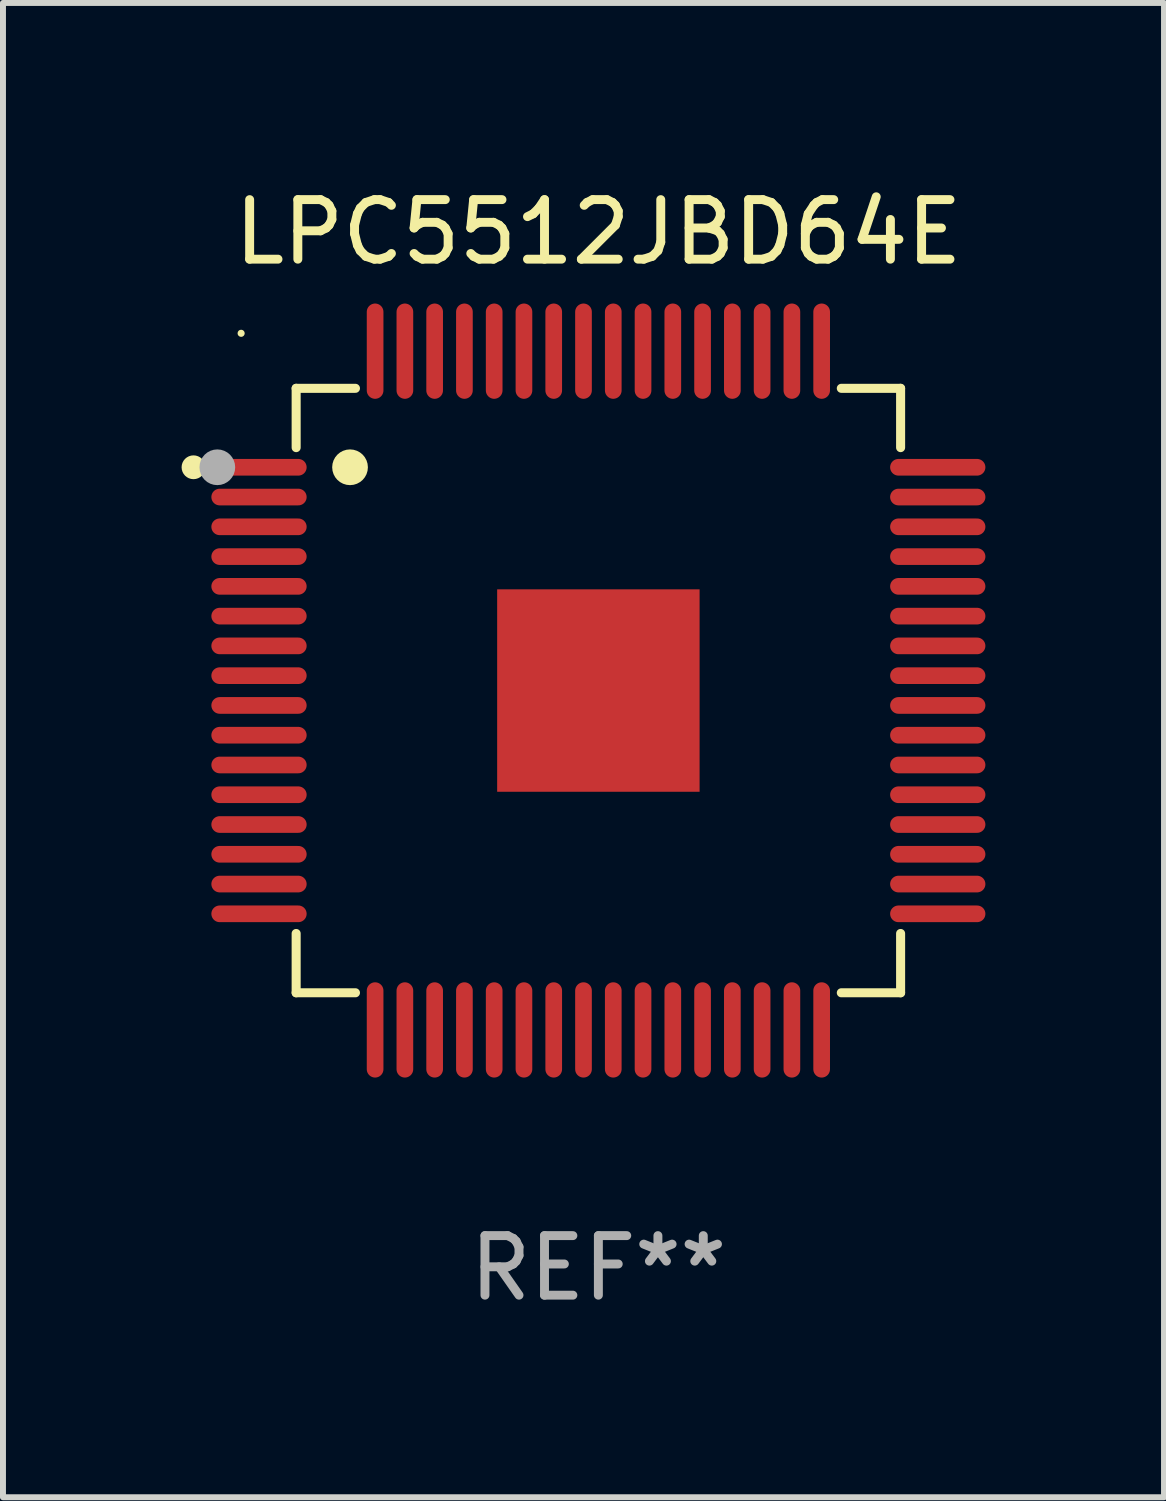
<source format=kicad_pcb>
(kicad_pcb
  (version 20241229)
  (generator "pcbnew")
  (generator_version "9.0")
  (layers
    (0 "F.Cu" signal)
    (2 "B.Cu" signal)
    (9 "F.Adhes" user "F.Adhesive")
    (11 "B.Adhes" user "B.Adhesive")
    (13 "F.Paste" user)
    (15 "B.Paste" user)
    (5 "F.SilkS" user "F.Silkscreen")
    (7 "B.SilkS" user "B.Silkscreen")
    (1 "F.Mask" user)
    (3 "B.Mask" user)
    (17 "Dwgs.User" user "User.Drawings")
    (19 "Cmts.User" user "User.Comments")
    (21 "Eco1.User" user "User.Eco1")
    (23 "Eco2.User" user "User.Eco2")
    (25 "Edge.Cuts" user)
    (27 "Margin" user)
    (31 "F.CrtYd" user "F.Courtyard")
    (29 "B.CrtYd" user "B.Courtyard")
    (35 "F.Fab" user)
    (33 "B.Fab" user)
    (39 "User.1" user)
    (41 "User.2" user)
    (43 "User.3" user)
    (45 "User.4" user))
  (footprint "LPC5512JBD64E"
    (layer "F.Cu")
    (at 7 8.548)
    (property "Reference" "LPC5512JBD64E" (at 0 -7.7 0) (layer "F.SilkS") (effects (font (size 1 1) (thickness 0.15))))
    (attr through_hole)
    (fp_line (start -5.076 -5.076) (end -5.076 -4.08) (stroke (width 0.152) (type solid)) (layer "F.SilkS"))
    (fp_line (start -5.076 5.076) (end -5.076 4.08) (stroke (width 0.152) (type solid)) (layer "F.SilkS"))
    (fp_line (start -4.08 -5.076) (end -5.076 -5.076) (stroke (width 0.152) (type solid)) (layer "F.SilkS"))
    (fp_line (start -4.08 5.076) (end -5.076 5.076) (stroke (width 0.152) (type solid)) (layer "F.SilkS"))
    (fp_line (start 4.08 -5.076) (end 5.076 -5.076) (stroke (width 0.152) (type solid)) (layer "F.SilkS"))
    (fp_line (start 4.08 5.076) (end 5.076 5.076) (stroke (width 0.152) (type solid)) (layer "F.SilkS"))
    (fp_line (start 5.076 -5.076) (end 5.076 -4.08) (stroke (width 0.152) (type solid)) (layer "F.SilkS"))
    (fp_line (start 5.076 5.076) (end 5.076 4.08) (stroke (width 0.152) (type solid)) (layer "F.SilkS"))
    (fp_circle (center -6.8 -3.75) (end -6.7 -3.75) (stroke (width 0.2) (type solid)) (fill no) (layer "F.SilkS"))
    (fp_circle (center -6 -6) (end -5.97 -6) (stroke (width 0.06) (type solid)) (fill no) (layer "F.SilkS"))
    (fp_circle (center -4.171 -3.75) (end -4.021 -3.75) (stroke (width 0.3) (type solid)) (fill no) (layer "F.SilkS"))
    (fp_circle (center -6.4 -3.75) (end -6.25 -3.75) (stroke (width 0.3) (type solid)) (fill no) (layer "F.Fab"))
    (fp_text user "REF**" (at 0 9.7 0) (layer "F.Fab") (effects (font (size 1 1) (thickness 0.15))))
    (pad "1" smd oval (at -5.7 -3.75 270) (size 0.28 1.6) (layers "F.Cu" "F.Mask" "F.Paste"))
    (pad "2" smd oval (at -5.7 -3.25 270) (size 0.28 1.6) (layers "F.Cu" "F.Mask" "F.Paste"))
    (pad "3" smd oval (at -5.7 -2.75 270) (size 0.28 1.6) (layers "F.Cu" "F.Mask" "F.Paste"))
    (pad "4" smd oval (at -5.7 -2.25 270) (size 0.28 1.6) (layers "F.Cu" "F.Mask" "F.Paste"))
    (pad "5" smd oval (at -5.7 -1.75 270) (size 0.28 1.6) (layers "F.Cu" "F.Mask" "F.Paste"))
    (pad "6" smd oval (at -5.7 -1.25 270) (size 0.28 1.6) (layers "F.Cu" "F.Mask" "F.Paste"))
    (pad "7" smd oval (at -5.7 -0.75 270) (size 0.28 1.6) (layers "F.Cu" "F.Mask" "F.Paste"))
    (pad "8" smd oval (at -5.7 -0.25 270) (size 0.28 1.6) (layers "F.Cu" "F.Mask" "F.Paste"))
    (pad "9" smd oval (at -5.7 0.25 270) (size 0.28 1.6) (layers "F.Cu" "F.Mask" "F.Paste"))
    (pad "10" smd oval (at -5.7 0.75 270) (size 0.28 1.6) (layers "F.Cu" "F.Mask" "F.Paste"))
    (pad "11" smd oval (at -5.7 1.25 270) (size 0.28 1.6) (layers "F.Cu" "F.Mask" "F.Paste"))
    (pad "12" smd oval (at -5.7 1.75 270) (size 0.28 1.6) (layers "F.Cu" "F.Mask" "F.Paste"))
    (pad "13" smd oval (at -5.7 2.25 270) (size 0.28 1.6) (layers "F.Cu" "F.Mask" "F.Paste"))
    (pad "14" smd oval (at -5.7 2.75 270) (size 0.28 1.6) (layers "F.Cu" "F.Mask" "F.Paste"))
    (pad "15" smd oval (at -5.7 3.25 270) (size 0.28 1.6) (layers "F.Cu" "F.Mask" "F.Paste"))
    (pad "16" smd oval (at -5.7 3.75 270) (size 0.28 1.6) (layers "F.Cu" "F.Mask" "F.Paste"))
    (pad "17" smd oval (at -3.75 5.7 270) (size 1.6 0.28) (layers "F.Cu" "F.Mask" "F.Paste"))
    (pad "18" smd oval (at -3.25 5.7 270) (size 1.6 0.28) (layers "F.Cu" "F.Mask" "F.Paste"))
    (pad "19" smd oval (at -2.75 5.7 270) (size 1.6 0.28) (layers "F.Cu" "F.Mask" "F.Paste"))
    (pad "20" smd oval (at -2.25 5.7 270) (size 1.6 0.28) (layers "F.Cu" "F.Mask" "F.Paste"))
    (pad "21" smd oval (at -1.75 5.7 270) (size 1.6 0.28) (layers "F.Cu" "F.Mask" "F.Paste"))
    (pad "22" smd oval (at -1.25 5.7 270) (size 1.6 0.28) (layers "F.Cu" "F.Mask" "F.Paste"))
    (pad "23" smd oval (at -0.75 5.7 270) (size 1.6 0.28) (layers "F.Cu" "F.Mask" "F.Paste"))
    (pad "24" smd oval (at -0.25 5.7 270) (size 1.6 0.28) (layers "F.Cu" "F.Mask" "F.Paste"))
    (pad "25" smd oval (at 0.25 5.7 270) (size 1.6 0.28) (layers "F.Cu" "F.Mask" "F.Paste"))
    (pad "26" smd oval (at 0.75 5.7 270) (size 1.6 0.28) (layers "F.Cu" "F.Mask" "F.Paste"))
    (pad "27" smd oval (at 1.25 5.7 270) (size 1.6 0.28) (layers "F.Cu" "F.Mask" "F.Paste"))
    (pad "28" smd oval (at 1.75 5.7 270) (size 1.6 0.28) (layers "F.Cu" "F.Mask" "F.Paste"))
    (pad "29" smd oval (at 2.25 5.7 270) (size 1.6 0.28) (layers "F.Cu" "F.Mask" "F.Paste"))
    (pad "30" smd oval (at 2.75 5.7 270) (size 1.6 0.28) (layers "F.Cu" "F.Mask" "F.Paste"))
    (pad "31" smd oval (at 3.25 5.7 270) (size 1.6 0.28) (layers "F.Cu" "F.Mask" "F.Paste"))
    (pad "32" smd oval (at 3.75 5.7 270) (size 1.6 0.28) (layers "F.Cu" "F.Mask" "F.Paste"))
    (pad "33" smd oval (at 5.7 3.75 270) (size 0.28 1.6) (layers "F.Cu" "F.Mask" "F.Paste"))
    (pad "34" smd oval (at 5.7 3.25 270) (size 0.28 1.6) (layers "F.Cu" "F.Mask" "F.Paste"))
    (pad "35" smd oval (at 5.7 2.75 270) (size 0.28 1.6) (layers "F.Cu" "F.Mask" "F.Paste"))
    (pad "36" smd oval (at 5.7 2.25 270) (size 0.28 1.6) (layers "F.Cu" "F.Mask" "F.Paste"))
    (pad "37" smd oval (at 5.7 1.75 270) (size 0.28 1.6) (layers "F.Cu" "F.Mask" "F.Paste"))
    (pad "38" smd oval (at 5.7 1.25 270) (size 0.28 1.6) (layers "F.Cu" "F.Mask" "F.Paste"))
    (pad "39" smd oval (at 5.7 0.75 270) (size 0.28 1.6) (layers "F.Cu" "F.Mask" "F.Paste"))
    (pad "40" smd oval (at 5.7 0.25 270) (size 0.28 1.6) (layers "F.Cu" "F.Mask" "F.Paste"))
    (pad "41" smd oval (at 5.7 -0.25 270) (size 0.28 1.6) (layers "F.Cu" "F.Mask" "F.Paste"))
    (pad "42" smd oval (at 5.7 -0.75 270) (size 0.28 1.6) (layers "F.Cu" "F.Mask" "F.Paste"))
    (pad "43" smd oval (at 5.7 -1.25 270) (size 0.28 1.6) (layers "F.Cu" "F.Mask" "F.Paste"))
    (pad "44" smd oval (at 5.7 -1.75 270) (size 0.28 1.6) (layers "F.Cu" "F.Mask" "F.Paste"))
    (pad "45" smd oval (at 5.7 -2.25 270) (size 0.28 1.6) (layers "F.Cu" "F.Mask" "F.Paste"))
    (pad "46" smd oval (at 5.7 -2.75 270) (size 0.28 1.6) (layers "F.Cu" "F.Mask" "F.Paste"))
    (pad "47" smd oval (at 5.7 -3.25 270) (size 0.28 1.6) (layers "F.Cu" "F.Mask" "F.Paste"))
    (pad "48" smd oval (at 5.7 -3.75 270) (size 0.28 1.6) (layers "F.Cu" "F.Mask" "F.Paste"))
    (pad "49" smd oval (at 3.75 -5.7 270) (size 1.6 0.28) (layers "F.Cu" "F.Mask" "F.Paste"))
    (pad "50" smd oval (at 3.25 -5.7 270) (size 1.6 0.28) (layers "F.Cu" "F.Mask" "F.Paste"))
    (pad "51" smd oval (at 2.75 -5.7 270) (size 1.6 0.28) (layers "F.Cu" "F.Mask" "F.Paste"))
    (pad "52" smd oval (at 2.25 -5.7 270) (size 1.6 0.28) (layers "F.Cu" "F.Mask" "F.Paste"))
    (pad "53" smd oval (at 1.75 -5.7 270) (size 1.6 0.28) (layers "F.Cu" "F.Mask" "F.Paste"))
    (pad "54" smd oval (at 1.25 -5.7 270) (size 1.6 0.28) (layers "F.Cu" "F.Mask" "F.Paste"))
    (pad "55" smd oval (at 0.75 -5.7 270) (size 1.6 0.28) (layers "F.Cu" "F.Mask" "F.Paste"))
    (pad "56" smd oval (at 0.25 -5.7 270) (size 1.6 0.28) (layers "F.Cu" "F.Mask" "F.Paste"))
    (pad "57" smd oval (at -0.25 -5.7 270) (size 1.6 0.28) (layers "F.Cu" "F.Mask" "F.Paste"))
    (pad "58" smd oval (at -0.75 -5.7 270) (size 1.6 0.28) (layers "F.Cu" "F.Mask" "F.Paste"))
    (pad "59" smd oval (at -1.25 -5.7 270) (size 1.6 0.28) (layers "F.Cu" "F.Mask" "F.Paste"))
    (pad "60" smd oval (at -1.75 -5.7 270) (size 1.6 0.28) (layers "F.Cu" "F.Mask" "F.Paste"))
    (pad "61" smd oval (at -2.25 -5.7 270) (size 1.6 0.28) (layers "F.Cu" "F.Mask" "F.Paste"))
    (pad "62" smd oval (at -2.75 -5.7 270) (size 1.6 0.28) (layers "F.Cu" "F.Mask" "F.Paste"))
    (pad "63" smd oval (at -3.25 -5.7 270) (size 1.6 0.28) (layers "F.Cu" "F.Mask" "F.Paste"))
    (pad "64" smd oval (at -3.75 -5.7 270) (size 1.6 0.28) (layers "F.Cu" "F.Mask" "F.Paste"))
    (pad "65" smd rect (at 0 0 270) (size 3.4 3.4) (layers "F.Cu" "F.Mask" "F.Paste")))
  (gr_rect
    (start -3 -3)
    (end 16.5 22.097)
    (stroke (width 0.1) (type default))
    (fill no)
    (layer "Edge.Cuts")))
</source>
